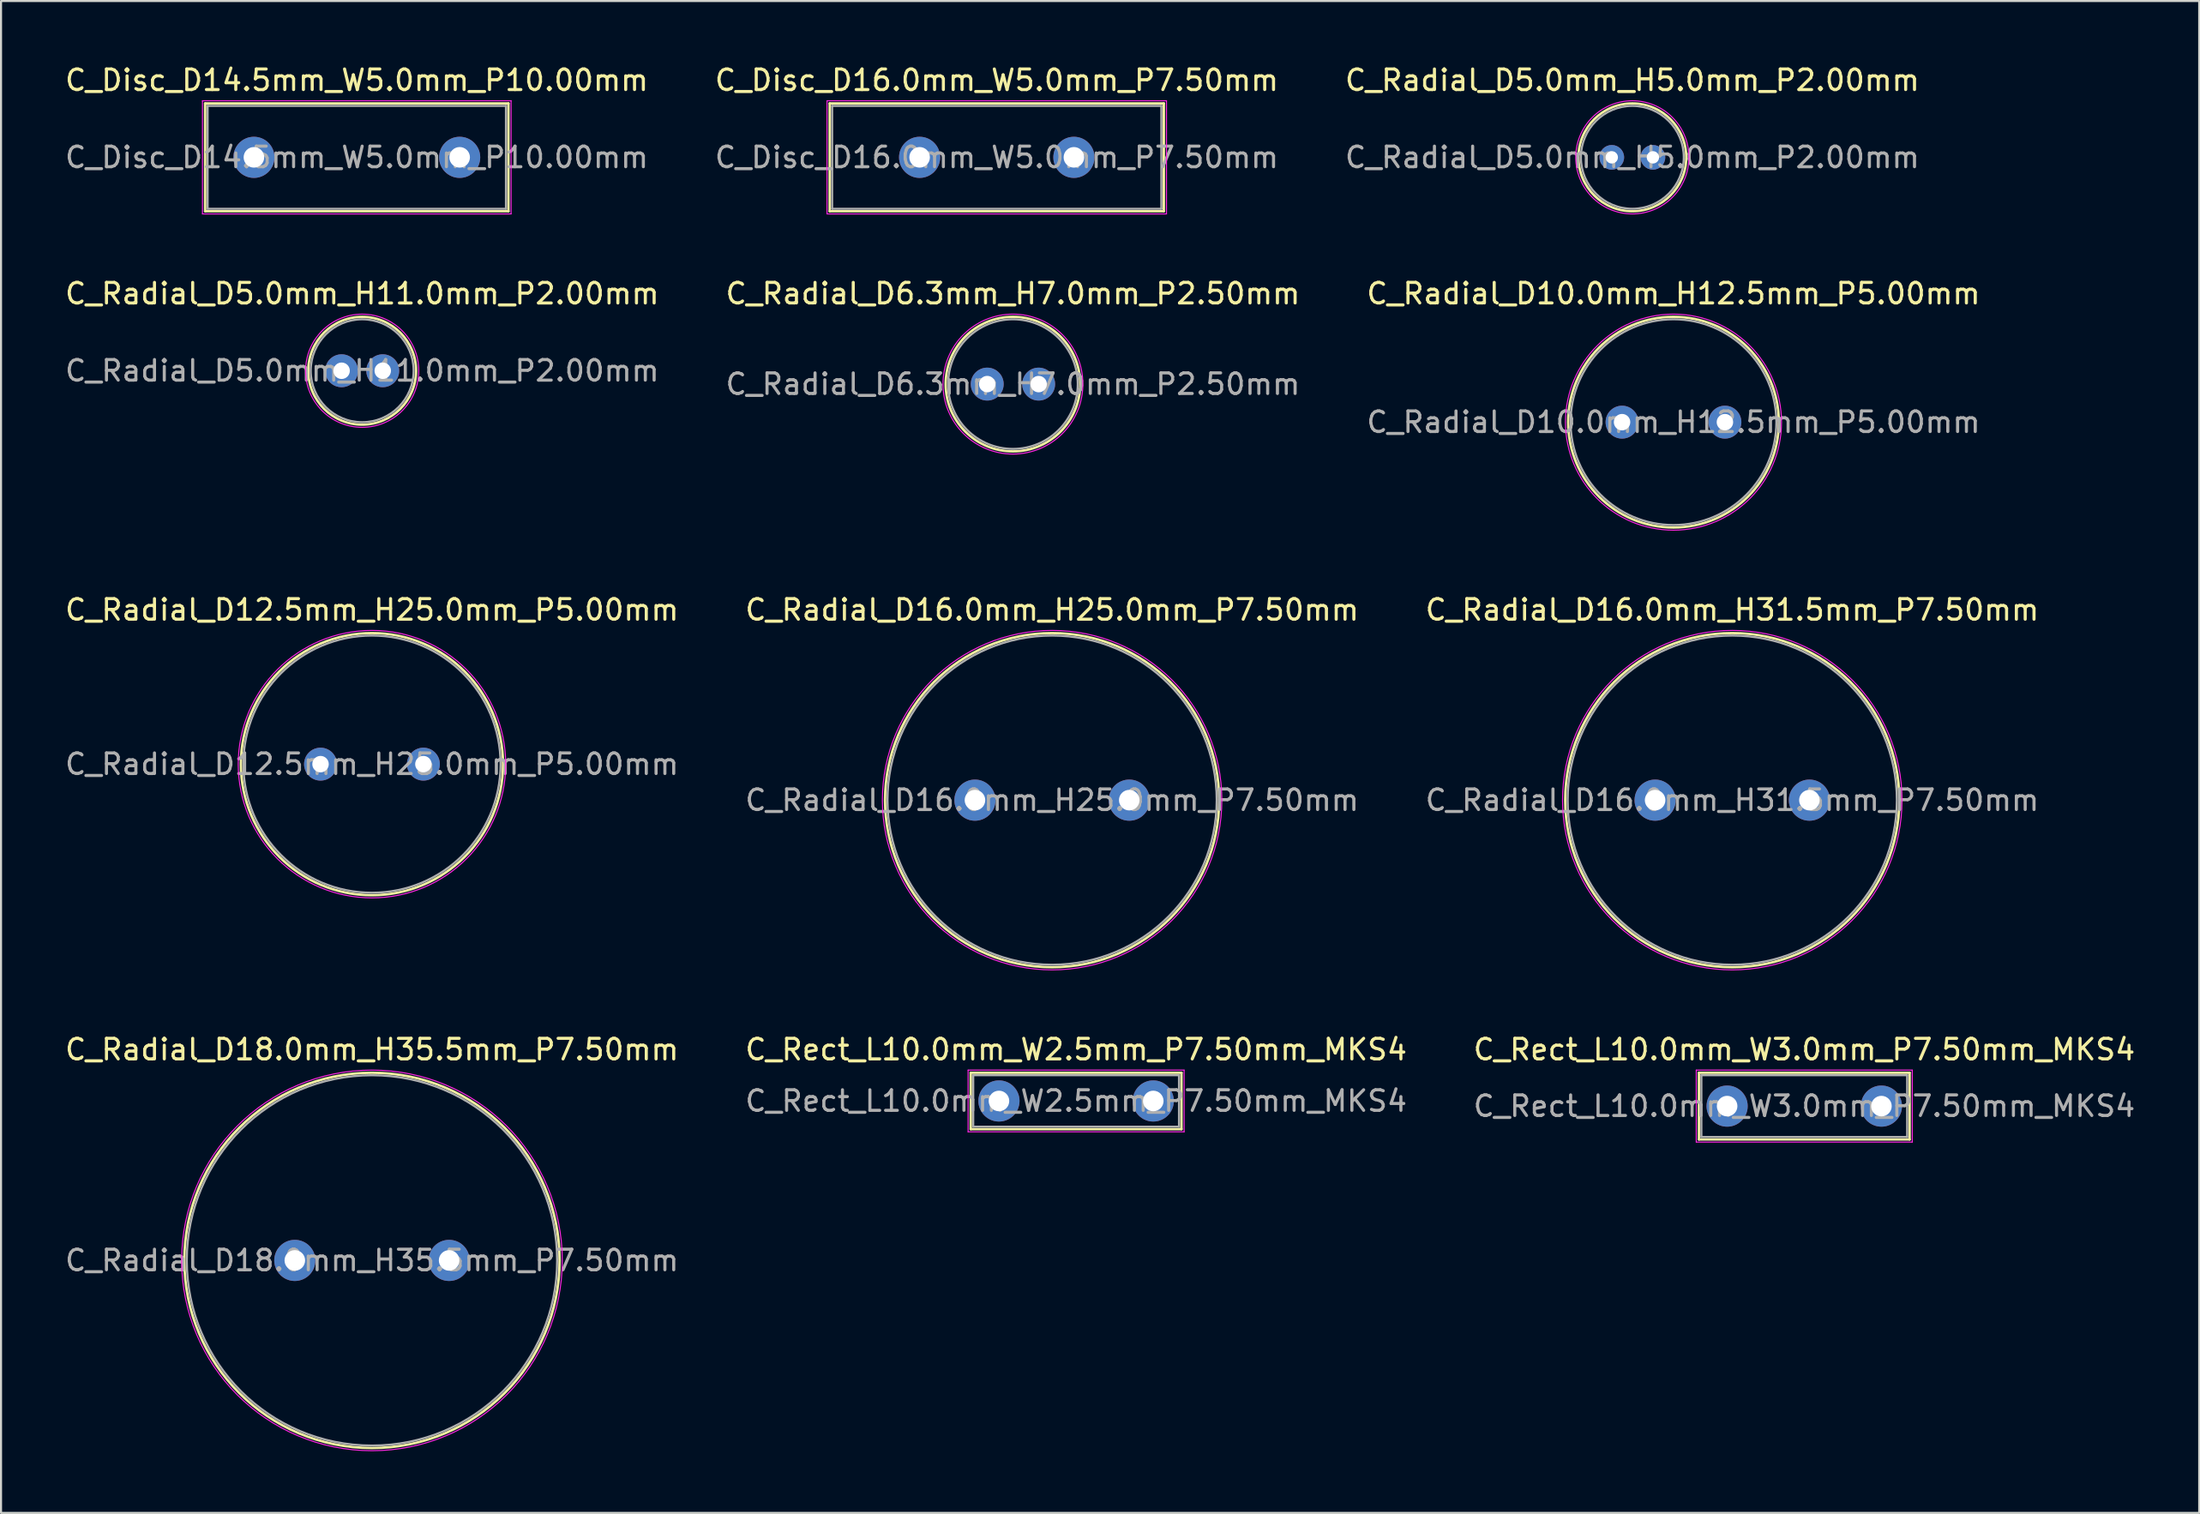
<source format=kicad_pcb>
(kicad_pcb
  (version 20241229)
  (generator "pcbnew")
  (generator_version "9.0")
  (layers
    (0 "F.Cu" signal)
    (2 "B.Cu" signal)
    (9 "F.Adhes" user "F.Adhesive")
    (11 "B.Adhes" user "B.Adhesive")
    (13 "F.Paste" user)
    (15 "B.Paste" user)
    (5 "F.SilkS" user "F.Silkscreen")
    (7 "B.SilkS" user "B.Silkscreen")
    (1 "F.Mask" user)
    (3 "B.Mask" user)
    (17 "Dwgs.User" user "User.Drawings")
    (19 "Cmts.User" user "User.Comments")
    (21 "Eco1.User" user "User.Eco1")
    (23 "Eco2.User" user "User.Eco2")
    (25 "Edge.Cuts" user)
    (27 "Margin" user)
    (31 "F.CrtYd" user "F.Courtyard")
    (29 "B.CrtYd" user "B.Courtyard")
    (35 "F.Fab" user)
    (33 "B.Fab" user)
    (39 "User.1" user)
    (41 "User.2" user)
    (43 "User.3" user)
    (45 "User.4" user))
  (footprint "C_Disc_D14.5mm_W5.0mm_P10.00mm"
    (layer "F.Cu")
    (at 9.292 4.598)
    (property "Reference" "C_Disc_D14.5mm_W5.0mm_P10.00mm" (at 5 -3.75 0) (layer "F.SilkS") (effects (font (size 1 1) (thickness 0.15))))
    (attr through_hole)
    (fp_line (start -2.37 -2.62) (end -2.37 2.62) (stroke (width 0.12) (type solid)) (layer "F.SilkS"))
    (fp_line (start -2.37 -2.62) (end 12.37 -2.62) (stroke (width 0.12) (type solid)) (layer "F.SilkS"))
    (fp_line (start -2.37 2.62) (end 12.37 2.62) (stroke (width 0.12) (type solid)) (layer "F.SilkS"))
    (fp_line (start 12.37 -2.62) (end 12.37 2.62) (stroke (width 0.12) (type solid)) (layer "F.SilkS"))
    (fp_line (start -2.5 -2.75) (end -2.5 2.75) (stroke (width 0.05) (type solid)) (layer "F.CrtYd"))
    (fp_line (start -2.5 2.75) (end 12.5 2.75) (stroke (width 0.05) (type solid)) (layer "F.CrtYd"))
    (fp_line (start 12.5 -2.75) (end -2.5 -2.75) (stroke (width 0.05) (type solid)) (layer "F.CrtYd"))
    (fp_line (start 12.5 2.75) (end 12.5 -2.75) (stroke (width 0.05) (type solid)) (layer "F.CrtYd"))
    (fp_line (start -2.25 -2.5) (end -2.25 2.5) (stroke (width 0.1) (type solid)) (layer "F.Fab"))
    (fp_line (start -2.25 2.5) (end 12.25 2.5) (stroke (width 0.1) (type solid)) (layer "F.Fab"))
    (fp_line (start 12.25 -2.5) (end -2.25 -2.5) (stroke (width 0.1) (type solid)) (layer "F.Fab"))
    (fp_line (start 12.25 2.5) (end 12.25 -2.5) (stroke (width 0.1) (type solid)) (layer "F.Fab"))
    (fp_text user "${REFERENCE}" (at 5 0 0) (layer "F.Fab") (effects (font (size 1 1) (thickness 0.15))))
    (pad "1" thru_hole circle (at 0 0) (size 2 2) (drill 1) (layers "*.Cu" "*.Mask"))
    (pad "2" thru_hole circle (at 10 0) (size 2 2) (drill 1) (layers "*.Cu" "*.Mask")))
  (footprint "C_Disc_D16.0mm_W5.0mm_P7.50mm"
    (layer "F.Cu")
    (at 41.649 4.598)
    (property "Reference" "C_Disc_D16.0mm_W5.0mm_P7.50mm" (at 3.75 -3.75 0) (layer "F.SilkS") (effects (font (size 1 1) (thickness 0.15))))
    (attr through_hole)
    (fp_line (start -4.37 -2.62) (end -4.37 2.62) (stroke (width 0.12) (type solid)) (layer "F.SilkS"))
    (fp_line (start -4.37 -2.62) (end 11.87 -2.62) (stroke (width 0.12) (type solid)) (layer "F.SilkS"))
    (fp_line (start -4.37 2.62) (end 11.87 2.62) (stroke (width 0.12) (type solid)) (layer "F.SilkS"))
    (fp_line (start 11.87 -2.62) (end 11.87 2.62) (stroke (width 0.12) (type solid)) (layer "F.SilkS"))
    (fp_line (start -4.5 -2.75) (end -4.5 2.75) (stroke (width 0.05) (type solid)) (layer "F.CrtYd"))
    (fp_line (start -4.5 2.75) (end 12 2.75) (stroke (width 0.05) (type solid)) (layer "F.CrtYd"))
    (fp_line (start 12 -2.75) (end -4.5 -2.75) (stroke (width 0.05) (type solid)) (layer "F.CrtYd"))
    (fp_line (start 12 2.75) (end 12 -2.75) (stroke (width 0.05) (type solid)) (layer "F.CrtYd"))
    (fp_line (start -4.25 -2.5) (end -4.25 2.5) (stroke (width 0.1) (type solid)) (layer "F.Fab"))
    (fp_line (start -4.25 2.5) (end 11.75 2.5) (stroke (width 0.1) (type solid)) (layer "F.Fab"))
    (fp_line (start 11.75 -2.5) (end -4.25 -2.5) (stroke (width 0.1) (type solid)) (layer "F.Fab"))
    (fp_line (start 11.75 2.5) (end 11.75 -2.5) (stroke (width 0.1) (type solid)) (layer "F.Fab"))
    (fp_text user "${REFERENCE}" (at 3.75 0 0) (layer "F.Fab") (effects (font (size 1 1) (thickness 0.15))))
    (pad "1" thru_hole circle (at 0 0) (size 2 2) (drill 1) (layers "*.Cu" "*.Mask"))
    (pad "2" thru_hole circle (at 7.5 0) (size 2 2) (drill 1) (layers "*.Cu" "*.Mask")))
  (footprint "C_Radial_D10.0mm_H12.5mm_P5.00mm"
    (layer "F.Cu")
    (at 75.792 17.471)
    (property "Reference" "C_Radial_D10.0mm_H12.5mm_P5.00mm" (at 2.5 -6.25 0) (layer "F.SilkS") (effects (font (size 1 1) (thickness 0.15))))
    (attr through_hole)
    (fp_circle (center 2.5 0) (end 7.62 0) (stroke (width 0.12) (type solid)) (fill no) (layer "F.SilkS"))
    (fp_circle (center 2.5 0) (end 7.75 0) (stroke (width 0.05) (type solid)) (fill no) (layer "F.CrtYd"))
    (fp_circle (center 2.5 0) (end 7.5 0) (stroke (width 0.1) (type solid)) (fill no) (layer "F.Fab"))
    (fp_text user "${REFERENCE}" (at 2.5 0 0) (layer "F.Fab") (effects (font (size 1 1) (thickness 0.15))))
    (pad "1" thru_hole circle (at 0 0) (size 1.6 1.6) (drill 0.8) (layers "*.Cu" "*.Mask"))
    (pad "2" thru_hole circle (at 5 0) (size 1.6 1.6) (drill 0.8) (layers "*.Cu" "*.Mask")))
  (footprint "C_Radial_D5.0mm_H5.0mm_P2.00mm"
    (layer "F.Cu")
    (at 75.292 4.598)
    (property "Reference" "C_Radial_D5.0mm_H5.0mm_P2.00mm" (at 1 -3.75 0) (layer "F.SilkS") (effects (font (size 1 1) (thickness 0.15))))
    (attr through_hole)
    (fp_circle (center 1 0) (end 3.62 0) (stroke (width 0.12) (type solid)) (fill no) (layer "F.SilkS"))
    (fp_circle (center 1 0) (end 3.75 0) (stroke (width 0.05) (type solid)) (fill no) (layer "F.CrtYd"))
    (fp_circle (center 1 0) (end 3.5 0) (stroke (width 0.1) (type solid)) (fill no) (layer "F.Fab"))
    (fp_text user "${REFERENCE}" (at 1 0 0) (layer "F.Fab") (effects (font (size 1 1) (thickness 0.15))))
    (pad "1" thru_hole circle (at 0 0) (size 1.2 1.2) (drill 0.6) (layers "*.Cu" "*.Mask"))
    (pad "2" thru_hole circle (at 2 0) (size 1.2 1.2) (drill 0.6) (layers "*.Cu" "*.Mask")))
  (footprint "C_Rect_L10.0mm_W3.0mm_P7.50mm_MKS4"
    (layer "F.Cu")
    (at 80.899 50.718)
    (property "Reference" "C_Rect_L10.0mm_W3.0mm_P7.50mm_MKS4" (at 3.75 -2.75 0) (layer "F.SilkS") (effects (font (size 1 1) (thickness 0.15))))
    (attr through_hole)
    (fp_line (start -1.37 -1.62) (end -1.37 1.62) (stroke (width 0.12) (type solid)) (layer "F.SilkS"))
    (fp_line (start -1.37 -1.62) (end 8.87 -1.62) (stroke (width 0.12) (type solid)) (layer "F.SilkS"))
    (fp_line (start -1.37 1.62) (end 8.87 1.62) (stroke (width 0.12) (type solid)) (layer "F.SilkS"))
    (fp_line (start 8.87 -1.62) (end 8.87 1.62) (stroke (width 0.12) (type solid)) (layer "F.SilkS"))
    (fp_line (start -1.5 -1.75) (end -1.5 1.75) (stroke (width 0.05) (type solid)) (layer "F.CrtYd"))
    (fp_line (start -1.5 1.75) (end 9 1.75) (stroke (width 0.05) (type solid)) (layer "F.CrtYd"))
    (fp_line (start 9 -1.75) (end -1.5 -1.75) (stroke (width 0.05) (type solid)) (layer "F.CrtYd"))
    (fp_line (start 9 1.75) (end 9 -1.75) (stroke (width 0.05) (type solid)) (layer "F.CrtYd"))
    (fp_line (start -1.25 -1.5) (end -1.25 1.5) (stroke (width 0.1) (type solid)) (layer "F.Fab"))
    (fp_line (start -1.25 1.5) (end 8.75 1.5) (stroke (width 0.1) (type solid)) (layer "F.Fab"))
    (fp_line (start 8.75 -1.5) (end -1.25 -1.5) (stroke (width 0.1) (type solid)) (layer "F.Fab"))
    (fp_line (start 8.75 1.5) (end 8.75 -1.5) (stroke (width 0.1) (type solid)) (layer "F.Fab"))
    (fp_text user "${REFERENCE}" (at 3.75 0 0) (layer "F.Fab") (effects (font (size 1 1) (thickness 0.15))))
    (pad "1" thru_hole circle (at 0 0) (size 2 2) (drill 1) (layers "*.Cu" "*.Mask"))
    (pad "2" thru_hole circle (at 7.5 0) (size 2 2) (drill 1) (layers "*.Cu" "*.Mask")))
  (footprint "C_Radial_D5.0mm_H11.0mm_P2.00mm"
    (layer "F.Cu")
    (at 13.554 14.972)
    (property "Reference" "C_Radial_D5.0mm_H11.0mm_P2.00mm" (at 1 -3.75 0) (layer "F.SilkS") (effects (font (size 1 1) (thickness 0.15))))
    (attr through_hole)
    (fp_circle (center 1 0) (end 3.62 0) (stroke (width 0.12) (type solid)) (fill no) (layer "F.SilkS"))
    (fp_circle (center 1 0) (end 3.75 0) (stroke (width 0.05) (type solid)) (fill no) (layer "F.CrtYd"))
    (fp_circle (center 1 0) (end 3.5 0) (stroke (width 0.1) (type solid)) (fill no) (layer "F.Fab"))
    (fp_text user "${REFERENCE}" (at 1 0 0) (layer "F.Fab") (effects (font (size 1 1) (thickness 0.15))))
    (pad "1" thru_hole circle (at 0 0) (size 1.6 1.6) (drill 0.8) (layers "*.Cu" "*.Mask"))
    (pad "2" thru_hole circle (at 2 0) (size 1.6 1.6) (drill 0.8) (layers "*.Cu" "*.Mask")))
  (footprint "C_Radial_D16.0mm_H31.5mm_P7.50mm"
    (layer "F.Cu")
    (at 77.399 35.845)
    (property "Reference" "C_Radial_D16.0mm_H31.5mm_P7.50mm" (at 3.75 -9.25 0) (layer "F.SilkS") (effects (font (size 1 1) (thickness 0.15))))
    (attr through_hole)
    (fp_circle (center 3.75 0) (end 11.87 0) (stroke (width 0.12) (type solid)) (fill no) (layer "F.SilkS"))
    (fp_circle (center 3.75 0) (end 12 0) (stroke (width 0.05) (type solid)) (fill no) (layer "F.CrtYd"))
    (fp_circle (center 3.75 0) (end 11.75 0) (stroke (width 0.1) (type solid)) (fill no) (layer "F.Fab"))
    (fp_text user "${REFERENCE}" (at 3.75 0 0) (layer "F.Fab") (effects (font (size 1 1) (thickness 0.15))))
    (pad "1" thru_hole circle (at 0 0) (size 2 2) (drill 1) (layers "*.Cu" "*.Mask"))
    (pad "2" thru_hole circle (at 7.5 0) (size 2 2) (drill 1) (layers "*.Cu" "*.Mask")))
  (footprint "C_Radial_D16.0mm_H25.0mm_P7.50mm"
    (layer "F.Cu")
    (at 44.339 35.845)
    (property "Reference" "C_Radial_D16.0mm_H25.0mm_P7.50mm" (at 3.75 -9.25 0) (layer "F.SilkS") (effects (font (size 1 1) (thickness 0.15))))
    (attr through_hole)
    (fp_circle (center 3.75 0) (end 11.87 0) (stroke (width 0.12) (type solid)) (fill no) (layer "F.SilkS"))
    (fp_circle (center 3.75 0) (end 12 0) (stroke (width 0.05) (type solid)) (fill no) (layer "F.CrtYd"))
    (fp_circle (center 3.75 0) (end 11.75 0) (stroke (width 0.1) (type solid)) (fill no) (layer "F.Fab"))
    (fp_text user "${REFERENCE}" (at 3.75 0 0) (layer "F.Fab") (effects (font (size 1 1) (thickness 0.15))))
    (pad "1" thru_hole circle (at 0 0) (size 2 2) (drill 1) (layers "*.Cu" "*.Mask"))
    (pad "2" thru_hole circle (at 7.5 0) (size 2 2) (drill 1) (layers "*.Cu" "*.Mask")))
  (footprint "C_Rect_L10.0mm_W2.5mm_P7.50mm_MKS4"
    (layer "F.Cu")
    (at 45.506 50.468)
    (property "Reference" "C_Rect_L10.0mm_W2.5mm_P7.50mm_MKS4" (at 3.75 -2.5 0) (layer "F.SilkS") (effects (font (size 1 1) (thickness 0.15))))
    (attr through_hole)
    (fp_line (start -1.37 -1.37) (end -1.37 1.37) (stroke (width 0.12) (type solid)) (layer "F.SilkS"))
    (fp_line (start -1.37 -1.37) (end 8.87 -1.37) (stroke (width 0.12) (type solid)) (layer "F.SilkS"))
    (fp_line (start -1.37 1.37) (end 8.87 1.37) (stroke (width 0.12) (type solid)) (layer "F.SilkS"))
    (fp_line (start 8.87 -1.37) (end 8.87 1.37) (stroke (width 0.12) (type solid)) (layer "F.SilkS"))
    (fp_line (start -1.5 -1.5) (end -1.5 1.5) (stroke (width 0.05) (type solid)) (layer "F.CrtYd"))
    (fp_line (start -1.5 1.5) (end 9 1.5) (stroke (width 0.05) (type solid)) (layer "F.CrtYd"))
    (fp_line (start 9 -1.5) (end -1.5 -1.5) (stroke (width 0.05) (type solid)) (layer "F.CrtYd"))
    (fp_line (start 9 1.5) (end 9 -1.5) (stroke (width 0.05) (type solid)) (layer "F.CrtYd"))
    (fp_line (start -1.25 -1.25) (end -1.25 1.25) (stroke (width 0.1) (type solid)) (layer "F.Fab"))
    (fp_line (start -1.25 1.25) (end 8.75 1.25) (stroke (width 0.1) (type solid)) (layer "F.Fab"))
    (fp_line (start 8.75 -1.25) (end -1.25 -1.25) (stroke (width 0.1) (type solid)) (layer "F.Fab"))
    (fp_line (start 8.75 1.25) (end 8.75 -1.25) (stroke (width 0.1) (type solid)) (layer "F.Fab"))
    (fp_text user "${REFERENCE}" (at 3.75 0 0) (layer "F.Fab") (effects (font (size 1 1) (thickness 0.15))))
    (pad "1" thru_hole circle (at 0 0) (size 2 2) (drill 1) (layers "*.Cu" "*.Mask"))
    (pad "2" thru_hole circle (at 7.5 0) (size 2 2) (drill 1) (layers "*.Cu" "*.Mask")))
  (footprint "C_Radial_D12.5mm_H25.0mm_P5.00mm"
    (layer "F.Cu")
    (at 12.53 34.095)
    (property "Reference" "C_Radial_D12.5mm_H25.0mm_P5.00mm" (at 2.5 -7.5 0) (layer "F.SilkS") (effects (font (size 1 1) (thickness 0.15))))
    (attr through_hole)
    (fp_circle (center 2.5 0) (end 8.87 0) (stroke (width 0.12) (type solid)) (fill no) (layer "F.SilkS"))
    (fp_circle (center 2.5 0) (end 9 0) (stroke (width 0.05) (type solid)) (fill no) (layer "F.CrtYd"))
    (fp_circle (center 2.5 0) (end 8.75 0) (stroke (width 0.1) (type solid)) (fill no) (layer "F.Fab"))
    (fp_text user "${REFERENCE}" (at 2.5 0 0) (layer "F.Fab") (effects (font (size 1 1) (thickness 0.15))))
    (pad "1" thru_hole circle (at 0 0) (size 1.6 1.6) (drill 0.8) (layers "*.Cu" "*.Mask"))
    (pad "2" thru_hole circle (at 5 0) (size 1.6 1.6) (drill 0.8) (layers "*.Cu" "*.Mask")))
  (footprint "C_Radial_D6.3mm_H7.0mm_P2.50mm"
    (layer "F.Cu")
    (at 44.935 15.621)
    (property "Reference" "C_Radial_D6.3mm_H7.0mm_P2.50mm" (at 1.25 -4.4 0) (layer "F.SilkS") (effects (font (size 1 1) (thickness 0.15))))
    (attr through_hole)
    (fp_circle (center 1.25 0) (end 4.52 0) (stroke (width 0.12) (type solid)) (fill no) (layer "F.SilkS"))
    (fp_circle (center 1.25 0) (end 4.65 0) (stroke (width 0.05) (type solid)) (fill no) (layer "F.CrtYd"))
    (fp_circle (center 1.25 0) (end 4.4 0) (stroke (width 0.1) (type solid)) (fill no) (layer "F.Fab"))
    (fp_text user "${REFERENCE}" (at 1.25 0 0) (layer "F.Fab") (effects (font (size 1 1) (thickness 0.15))))
    (pad "1" thru_hole circle (at 0 0) (size 1.6 1.6) (drill 0.8) (layers "*.Cu" "*.Mask"))
    (pad "2" thru_hole circle (at 2.5 0) (size 1.6 1.6) (drill 0.8) (layers "*.Cu" "*.Mask")))
  (footprint "C_Radial_D18.0mm_H35.5mm_P7.50mm"
    (layer "F.Cu")
    (at 11.28 58.218)
    (property "Reference" "C_Radial_D18.0mm_H35.5mm_P7.50mm" (at 3.75 -10.25 0) (layer "F.SilkS") (effects (font (size 1 1) (thickness 0.15))))
    (attr through_hole)
    (fp_circle (center 3.75 0) (end 12.87 0) (stroke (width 0.12) (type solid)) (fill no) (layer "F.SilkS"))
    (fp_circle (center 3.75 0) (end 13 0) (stroke (width 0.05) (type solid)) (fill no) (layer "F.CrtYd"))
    (fp_circle (center 3.75 0) (end 12.75 0) (stroke (width 0.1) (type solid)) (fill no) (layer "F.Fab"))
    (fp_text user "${REFERENCE}" (at 3.75 0 0) (layer "F.Fab") (effects (font (size 1 1) (thickness 0.15))))
    (pad "1" thru_hole circle (at 0 0) (size 2 2) (drill 1) (layers "*.Cu" "*.Mask"))
    (pad "2" thru_hole circle (at 7.5 0) (size 2 2) (drill 1) (layers "*.Cu" "*.Mask")))
  (gr_rect
    (start -3 -3)
    (end 103.845 70.493)
    (stroke (width 0.1) (type default))
    (fill no)
    (layer "Edge.Cuts")))
</source>
